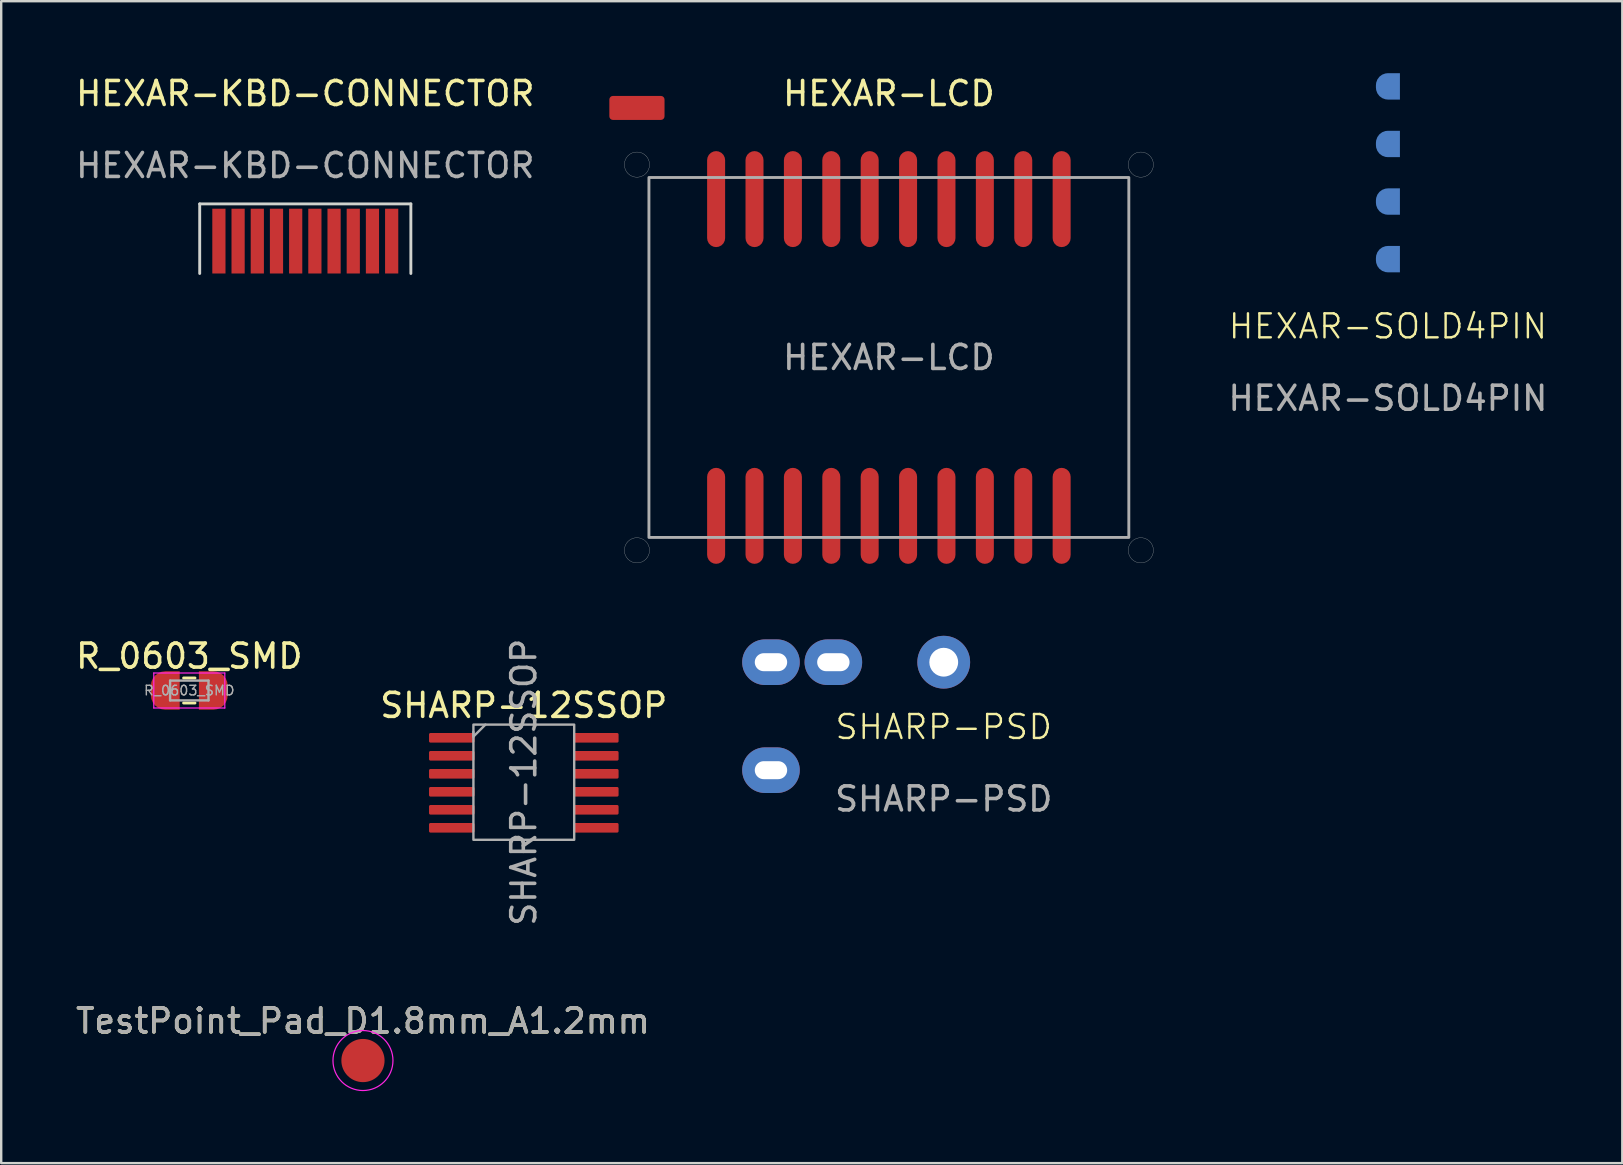
<source format=kicad_pcb>
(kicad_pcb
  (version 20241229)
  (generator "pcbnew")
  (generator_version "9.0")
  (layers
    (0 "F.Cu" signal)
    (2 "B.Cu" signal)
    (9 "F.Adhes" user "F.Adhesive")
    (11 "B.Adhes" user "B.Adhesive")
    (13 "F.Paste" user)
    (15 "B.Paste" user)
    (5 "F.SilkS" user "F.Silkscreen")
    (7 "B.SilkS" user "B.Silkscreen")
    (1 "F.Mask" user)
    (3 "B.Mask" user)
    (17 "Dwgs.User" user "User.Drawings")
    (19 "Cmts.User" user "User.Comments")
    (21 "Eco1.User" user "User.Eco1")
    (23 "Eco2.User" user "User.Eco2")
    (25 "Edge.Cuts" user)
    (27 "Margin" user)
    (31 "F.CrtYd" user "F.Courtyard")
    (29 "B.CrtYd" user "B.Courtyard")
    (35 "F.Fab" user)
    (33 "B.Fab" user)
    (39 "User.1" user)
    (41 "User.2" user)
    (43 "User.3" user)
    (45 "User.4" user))
  (footprint "TestPoint_Pad_D1.8mm_A1.2mm"
    (layer "F.Cu")
    (at 12.077 41.149)
    (property "Reference" "TestPoint_Pad_D1.8mm_A1.2mm" (at 0 -1.648 0) (layer "F.SilkS") (effects (font (size 1 1) (thickness 0.15))))
    (attr exclude_from_pos_files exclude_from_bom)
    (fp_circle (center 0 0) (end 1.25 0) (stroke (width 0.05) (type solid)) (fill no) (layer "F.CrtYd"))
    (fp_text user "${REFERENCE}" (at 0 -1.65 0) (layer "F.Fab") (effects (font (size 1 1) (thickness 0.15))))
    (pad "1" smd circle (at 0 0) (size 1.8 1.8) (layers "F.Cu" "F.Mask")))
  (footprint "HEXAR-KBD-CONNECTOR"
    (layer "F.Cu")
    (at 9.673 5.448)
    (property "Reference" "HEXAR-KBD-CONNECTOR" (at 0 -4.6 0) (unlocked yes) (layer "F.SilkS") (effects (font (size 1 1) (thickness 0.15))))
    (attr smd)
    (fp_rect (start -4.4 0) (end 4.4 2.9) (stroke (width 0) (type solid)) (fill yes) (layer "F.Mask"))
    (fp_line (start -4.4 0) (end 4.4 0) (stroke (width 0.12) (type default)) (layer "Edge.Cuts"))
    (fp_line (start -4.4 2.9) (end -4.4 0) (stroke (width 0.12) (type default)) (layer "Edge.Cuts"))
    (fp_line (start 4.4 2.9) (end 4.4 0) (stroke (width 0.12) (type default)) (layer "Edge.Cuts"))
    (fp_text user "${REFERENCE}" (at 0 -1.6 0) (unlocked yes) (layer "F.Fab") (effects (font (size 1 1) (thickness 0.15))))
    (pad "1" smd rect (at -3.6 1.55) (size 0.55 2.7) (layers "F.Cu"))
    (pad "2" smd rect (at -2.8 1.55) (size 0.55 2.7) (layers "F.Cu"))
    (pad "3" smd rect (at -2 1.55) (size 0.55 2.7) (layers "F.Cu"))
    (pad "4" smd rect (at -1.2 1.55) (size 0.55 2.7) (layers "F.Cu"))
    (pad "5" smd rect (at -0.4 1.55) (size 0.55 2.7) (layers "F.Cu"))
    (pad "6" smd rect (at 0.4 1.55) (size 0.55 2.7) (layers "F.Cu"))
    (pad "7" smd rect (at 1.2 1.55) (size 0.55 2.7) (layers "F.Cu"))
    (pad "8" smd rect (at 2 1.55) (size 0.55 2.7) (layers "F.Cu"))
    (pad "9" smd rect (at 2.8 1.55) (size 0.55 2.7) (layers "F.Cu"))
    (pad "10" smd rect (at 3.6 1.55) (size 0.55 2.7) (layers "F.Cu")))
  (footprint "SHARP-PSD"
    (layer "F.Cu")
    (at 30.381 24.548)
    (property "Reference" "SHARP-PSD" (at 5.9 2.7 0) (unlocked yes) (layer "F.SilkS") (effects (font (size 1 1) (thickness 0.1))))
    (attr smd)
    (fp_text user "${REFERENCE}" (at 5.9 5.7 0) (unlocked yes) (layer "F.Fab") (effects (font (size 1 1) (thickness 0.15))))
    (pad "1" thru_hole oval (at -1.3 0 180) (size 2.4 1.9) (drill oval 1.35 0.75) (layers "*.Cu" "*.Mask"))
    (pad "2" thru_hole oval (at -1.3 4.5 180) (size 2.4 1.9) (drill oval 1.35 0.75) (layers "*.Cu" "*.Mask"))
    (pad "3" thru_hole oval (at 1.3 0) (size 2.4 1.9) (drill oval 1.35 0.75) (layers "*.Cu" "*.Mask"))
    (pad "4" thru_hole circle (at 5.9 0) (size 2.2 2.2) (drill 1.2) (layers "*.Cu" "*.Mask")))
  (footprint "HEXAR-SOLD4PIN"
    (layer "F.Cu")
    (at 54.793 0.55)
    (property "Reference" "HEXAR-SOLD4PIN" (at 0 10 0) (unlocked yes) (layer "F.SilkS") (effects (font (size 1 1) (thickness 0.1))))
    (attr smd)
    (fp_text user "${REFERENCE}" (at 0 13 0) (unlocked yes) (layer "F.Fab") (effects (font (size 1 1) (thickness 0.15))))
    (pad "1" smd roundrect (at 0 0) (size 1 1.1) (layers "B.Cu" "B.Mask") (roundrect_rratio 0.5) (chamfer_ratio 0) (chamfer top_right bottom_right))
    (pad "2" smd roundrect (at 0 2.4) (size 1 1.1) (layers "B.Cu" "B.Mask") (roundrect_rratio 0.5) (chamfer_ratio 0) (chamfer top_right bottom_right))
    (pad "3" smd roundrect (at 0 4.8) (size 1 1.1) (layers "B.Cu" "B.Mask") (roundrect_rratio 0.5) (chamfer_ratio 0) (chamfer top_right bottom_right))
    (pad "4" smd roundrect (at 0 7.2) (size 1 1.1) (layers "B.Cu" "B.Mask") (roundrect_rratio 0.5) (chamfer_ratio 0) (chamfer top_right bottom_right)))
  (footprint "SHARP-12SSOP"
    (layer "F.Cu")
    (at 18.78 29.549)
    (property "Reference" "SHARP-12SSOP" (at 0 -3.2 0) (unlocked yes) (layer "F.SilkS") (effects (font (size 1 1) (thickness 0.15))))
    (attr smd)
    (fp_line (start -2.1 -2.1) (end -2.1 -1.9) (stroke (width 0.1) (type default)) (layer "F.Fab"))
    (fp_line (start -2.1 -1.9) (end -1.6 -2.4) (stroke (width 0.1) (type default)) (layer "F.Fab"))
    (fp_rect (start -2.1 -2.4) (end 2.1 2.4) (stroke (width 0.1) (type default)) (fill no) (layer "F.Fab"))
    (fp_text user "${REFERENCE}" (at 0 0 90) (unlocked yes) (layer "F.Fab") (effects (font (size 1 1) (thickness 0.15))))
    (pad "1" smd roundrect (at -3 -1.85) (size 1.9 0.4) (layers "F.Cu" "F.Mask" "F.Paste") (roundrect_rratio 0.15))
    (pad "2" smd roundrect (at -3 -1.1) (size 1.9 0.4) (layers "F.Cu" "F.Mask" "F.Paste") (roundrect_rratio 0.15))
    (pad "3" smd roundrect (at -3 -0.35) (size 1.9 0.4) (layers "F.Cu" "F.Mask" "F.Paste") (roundrect_rratio 0.15))
    (pad "4" smd roundrect (at -3 0.4) (size 1.9 0.4) (layers "F.Cu" "F.Mask" "F.Paste") (roundrect_rratio 0.15))
    (pad "5" smd roundrect (at -3 1.15) (size 1.9 0.4) (layers "F.Cu" "F.Mask" "F.Paste") (roundrect_rratio 0.15))
    (pad "6" smd roundrect (at -3 1.9) (size 1.9 0.4) (layers "F.Cu" "F.Mask" "F.Paste") (roundrect_rratio 0.15))
    (pad "7" smd roundrect (at 3 1.9 180) (size 1.9 0.4) (layers "F.Cu" "F.Mask" "F.Paste") (roundrect_rratio 0.15))
    (pad "8" smd roundrect (at 3 1.15 180) (size 1.9 0.4) (layers "F.Cu" "F.Mask" "F.Paste") (roundrect_rratio 0.15))
    (pad "9" smd roundrect (at 3 0.4 180) (size 1.9 0.4) (layers "F.Cu" "F.Mask" "F.Paste") (roundrect_rratio 0.15))
    (pad "10" smd roundrect (at 3 -0.35 180) (size 1.9 0.4) (layers "F.Cu" "F.Mask" "F.Paste") (roundrect_rratio 0.15))
    (pad "11" smd roundrect (at 3 -1.1 180) (size 1.9 0.4) (layers "F.Cu" "F.Mask" "F.Paste") (roundrect_rratio 0.15))
    (pad "12" smd roundrect (at 3 -1.85 180) (size 1.9 0.4) (layers "F.Cu" "F.Mask" "F.Paste") (roundrect_rratio 0.15)))
  (footprint "HEXAR-LCD"
    (layer "F.Cu")
    (at 33.995 11.848)
    (property "Reference" "HEXAR-LCD" (at 0 -11 0) (unlocked yes) (layer "F.SilkS") (effects (font (size 1 1) (thickness 0.15))))
    (attr smd)
    (fp_poly (pts (xy -8 -5.1) (xy 8 -5.1) (xy 8 -8.1) (xy -8 -8.1)) (stroke (width 0.12) (type solid)) (fill yes) (layer "F.Mask"))
    (fp_poly (pts (xy -8 8.1) (xy 8 8.1) (xy 8 5.1) (xy -8 5.1)) (stroke (width 0.12) (type solid)) (fill yes) (layer "F.Mask"))
    (fp_circle (center -10.5 -8.037) (end -9.975 -8.037) (stroke (width 0.01) (type default)) (fill no) (layer "Edge.Cuts"))
    (fp_circle (center -10.5 8.037) (end -9.975 8.037) (stroke (width 0.01) (type default)) (fill no) (layer "Edge.Cuts"))
    (fp_circle (center 10.5 -8.037) (end 11.025 -8.037) (stroke (width 0.01) (type default)) (fill no) (layer "Edge.Cuts"))
    (fp_circle (center 10.5 8.037) (end 11.025 8.037) (stroke (width 0.01) (type default)) (fill no) (layer "Edge.Cuts"))
    (fp_rect (start -10 -7.5) (end 10 7.5) (stroke (width 0.12) (type default)) (fill no) (layer "F.Fab"))
    (fp_text user "${REFERENCE}" (at 0 0 0) (unlocked yes) (layer "F.Fab") (effects (font (size 1 1) (thickness 0.15))))
    (pad "1" smd roundrect (at -7.2 6.6) (size 0.75 4) (layers "F.Cu") (roundrect_rratio 0.5))
    (pad "2" smd roundrect (at -5.6 6.6) (size 0.75 4) (layers "F.Cu") (roundrect_rratio 0.5))
    (pad "3" smd roundrect (at -4 6.6) (size 0.75 4) (layers "F.Cu") (roundrect_rratio 0.5))
    (pad "4" smd roundrect (at -2.4 6.6) (size 0.75 4) (layers "F.Cu") (roundrect_rratio 0.5))
    (pad "5" smd roundrect (at -0.8 6.6) (size 0.75 4) (layers "F.Cu") (roundrect_rratio 0.5))
    (pad "6" smd roundrect (at 0.8 6.6) (size 0.75 4) (layers "F.Cu") (roundrect_rratio 0.5))
    (pad "7" smd roundrect (at 2.4 6.6) (size 0.75 4) (layers "F.Cu") (roundrect_rratio 0.5))
    (pad "8" smd roundrect (at 4 6.6) (size 0.75 4) (layers "F.Cu") (roundrect_rratio 0.5))
    (pad "9" smd roundrect (at 5.6 6.6) (size 0.75 4) (layers "F.Cu") (roundrect_rratio 0.5))
    (pad "10" smd roundrect (at 7.2 6.6) (size 0.75 4) (layers "F.Cu") (roundrect_rratio 0.5))
    (pad "11" smd roundrect (at 7.2 -6.6) (size 0.75 4) (layers "F.Cu") (roundrect_rratio 0.5))
    (pad "12" smd roundrect (at 5.6 -6.6) (size 0.75 4) (layers "F.Cu") (roundrect_rratio 0.5))
    (pad "13" smd roundrect (at 4 -6.6) (size 0.75 4) (layers "F.Cu") (roundrect_rratio 0.5))
    (pad "14" smd roundrect (at 2.4 -6.6) (size 0.75 4) (layers "F.Cu") (roundrect_rratio 0.5))
    (pad "15" smd roundrect (at 0.8 -6.6) (size 0.75 4) (layers "F.Cu") (roundrect_rratio 0.5))
    (pad "16" smd roundrect (at -0.8 -6.6) (size 0.75 4) (layers "F.Cu") (roundrect_rratio 0.5))
    (pad "17" smd roundrect (at -2.4 -6.6) (size 0.75 4) (layers "F.Cu") (roundrect_rratio 0.5))
    (pad "18" smd roundrect (at -4 -6.6) (size 0.75 4) (layers "F.Cu") (roundrect_rratio 0.5))
    (pad "19" smd roundrect (at -5.6 -6.6) (size 0.75 4) (layers "F.Cu") (roundrect_rratio 0.5))
    (pad "20" smd roundrect (at -7.2 -6.6) (size 0.75 4) (layers "F.Cu") (roundrect_rratio 0.5))
    (pad "SH" smd roundrect (at -10.5 -10.4) (size 2.3 1) (layers "F.Cu" "F.Mask") (roundrect_rratio 0.15)))
  (footprint "R_0603_SMD"
    (layer "F.Cu")
    (at 4.839 25.727)
    (property "Reference" "R_0603_SMD" (at 0 -1.43 0) (layer "F.SilkS") (effects (font (size 1 1) (thickness 0.15))))
    (attr smd)
    (fp_poly (pts (xy -0.4 -0.5) (xy -0.85 -0.5) (xy -0.94 -0.49) (xy -1.06 -0.45) (xy -1.17 -0.37) (xy -1.25 -0.26) (xy -1.29 -0.14) (xy -1.3 -0.05) (xy -1.3 0.05) (xy -1.29 0.14) (xy -1.25 0.26) (xy -1.17 0.37) (xy -1.06 0.45) (xy -0.94 0.49) (xy -0.85 0.5) (xy -0.4 0.5)) (stroke (width 0) (type solid)) (fill yes) (layer "F.Mask"))
    (fp_poly (pts (xy 0.4 0.5) (xy 0.85 0.5) (xy 0.94 0.49) (xy 1.06 0.45) (xy 1.17 0.37) (xy 1.25 0.26) (xy 1.29 0.14) (xy 1.3 0.05) (xy 1.3 -0.05) (xy 1.29 -0.14) (xy 1.25 -0.26) (xy 1.17 -0.37) (xy 1.06 -0.45) (xy 0.94 -0.49) (xy 0.85 -0.5) (xy 0.4 -0.5)) (stroke (width 0) (type solid)) (fill yes) (layer "F.Mask"))
    (fp_line (start -0.237 -0.522) (end 0.237 -0.522) (stroke (width 0.12) (type solid)) (layer "F.SilkS"))
    (fp_line (start -0.237 0.522) (end 0.237 0.522) (stroke (width 0.12) (type solid)) (layer "F.SilkS"))
    (fp_poly (pts (xy -0.4 -0.5) (xy -0.85 -0.5) (xy -0.94 -0.49) (xy -1.06 -0.45) (xy -1.17 -0.37) (xy -1.25 -0.26) (xy -1.29 -0.14) (xy -1.3 -0.05) (xy -1.3 0.05) (xy -1.29 0.14) (xy -1.25 0.26) (xy -1.17 0.37) (xy -1.06 0.45) (xy -0.94 0.49) (xy -0.85 0.5) (xy -0.4 0.5)) (stroke (width 0) (type solid)) (fill yes) (layer "F.Paste"))
    (fp_poly (pts (xy 0.402 0.5) (xy 0.852 0.5) (xy 0.942 0.49) (xy 1.062 0.45) (xy 1.172 0.37) (xy 1.252 0.26) (xy 1.292 0.14) (xy 1.302 0.05) (xy 1.302 -0.05) (xy 1.292 -0.14) (xy 1.252 -0.26) (xy 1.172 -0.37) (xy 1.062 -0.45) (xy 0.942 -0.49) (xy 0.852 -0.5) (xy 0.402 -0.5)) (stroke (width 0) (type solid)) (fill yes) (layer "F.Paste"))
    (fp_line (start -1.48 -0.73) (end 1.48 -0.73) (stroke (width 0.05) (type solid)) (layer "F.CrtYd"))
    (fp_line (start -1.48 0.73) (end -1.48 -0.73) (stroke (width 0.05) (type solid)) (layer "F.CrtYd"))
    (fp_line (start 1.48 -0.73) (end 1.48 0.73) (stroke (width 0.05) (type solid)) (layer "F.CrtYd"))
    (fp_line (start 1.48 0.73) (end -1.48 0.73) (stroke (width 0.05) (type solid)) (layer "F.CrtYd"))
    (fp_line (start -0.8 -0.412) (end 0.8 -0.412) (stroke (width 0.1) (type solid)) (layer "F.Fab"))
    (fp_line (start -0.8 0.412) (end -0.8 -0.412) (stroke (width 0.1) (type solid)) (layer "F.Fab"))
    (fp_line (start 0.8 -0.412) (end 0.8 0.412) (stroke (width 0.1) (type solid)) (layer "F.Fab"))
    (fp_line (start 0.8 0.412) (end -0.8 0.412) (stroke (width 0.1) (type solid)) (layer "F.Fab"))
    (fp_text user "${REFERENCE}" (at 0 0 0) (layer "F.Fab") (effects (font (size 0.4 0.4) (thickness 0.06))))
    (pad "1" smd roundrect (at -1 0) (size 1.2 1.6) (layers "F.Cu") (roundrect_rratio 0.5) (chamfer_ratio 0) (chamfer top_right bottom_right))
    (pad "2" smd roundrect (at 1 0 180) (size 1.2 1.6) (layers "F.Cu") (roundrect_rratio 0.5) (chamfer_ratio 0) (chamfer top_right bottom_right)))
  (gr_rect
    (start -3 -3)
    (end 64.561 45.424)
    (stroke (width 0.1) (type default))
    (fill no)
    (layer "Edge.Cuts")))
</source>
